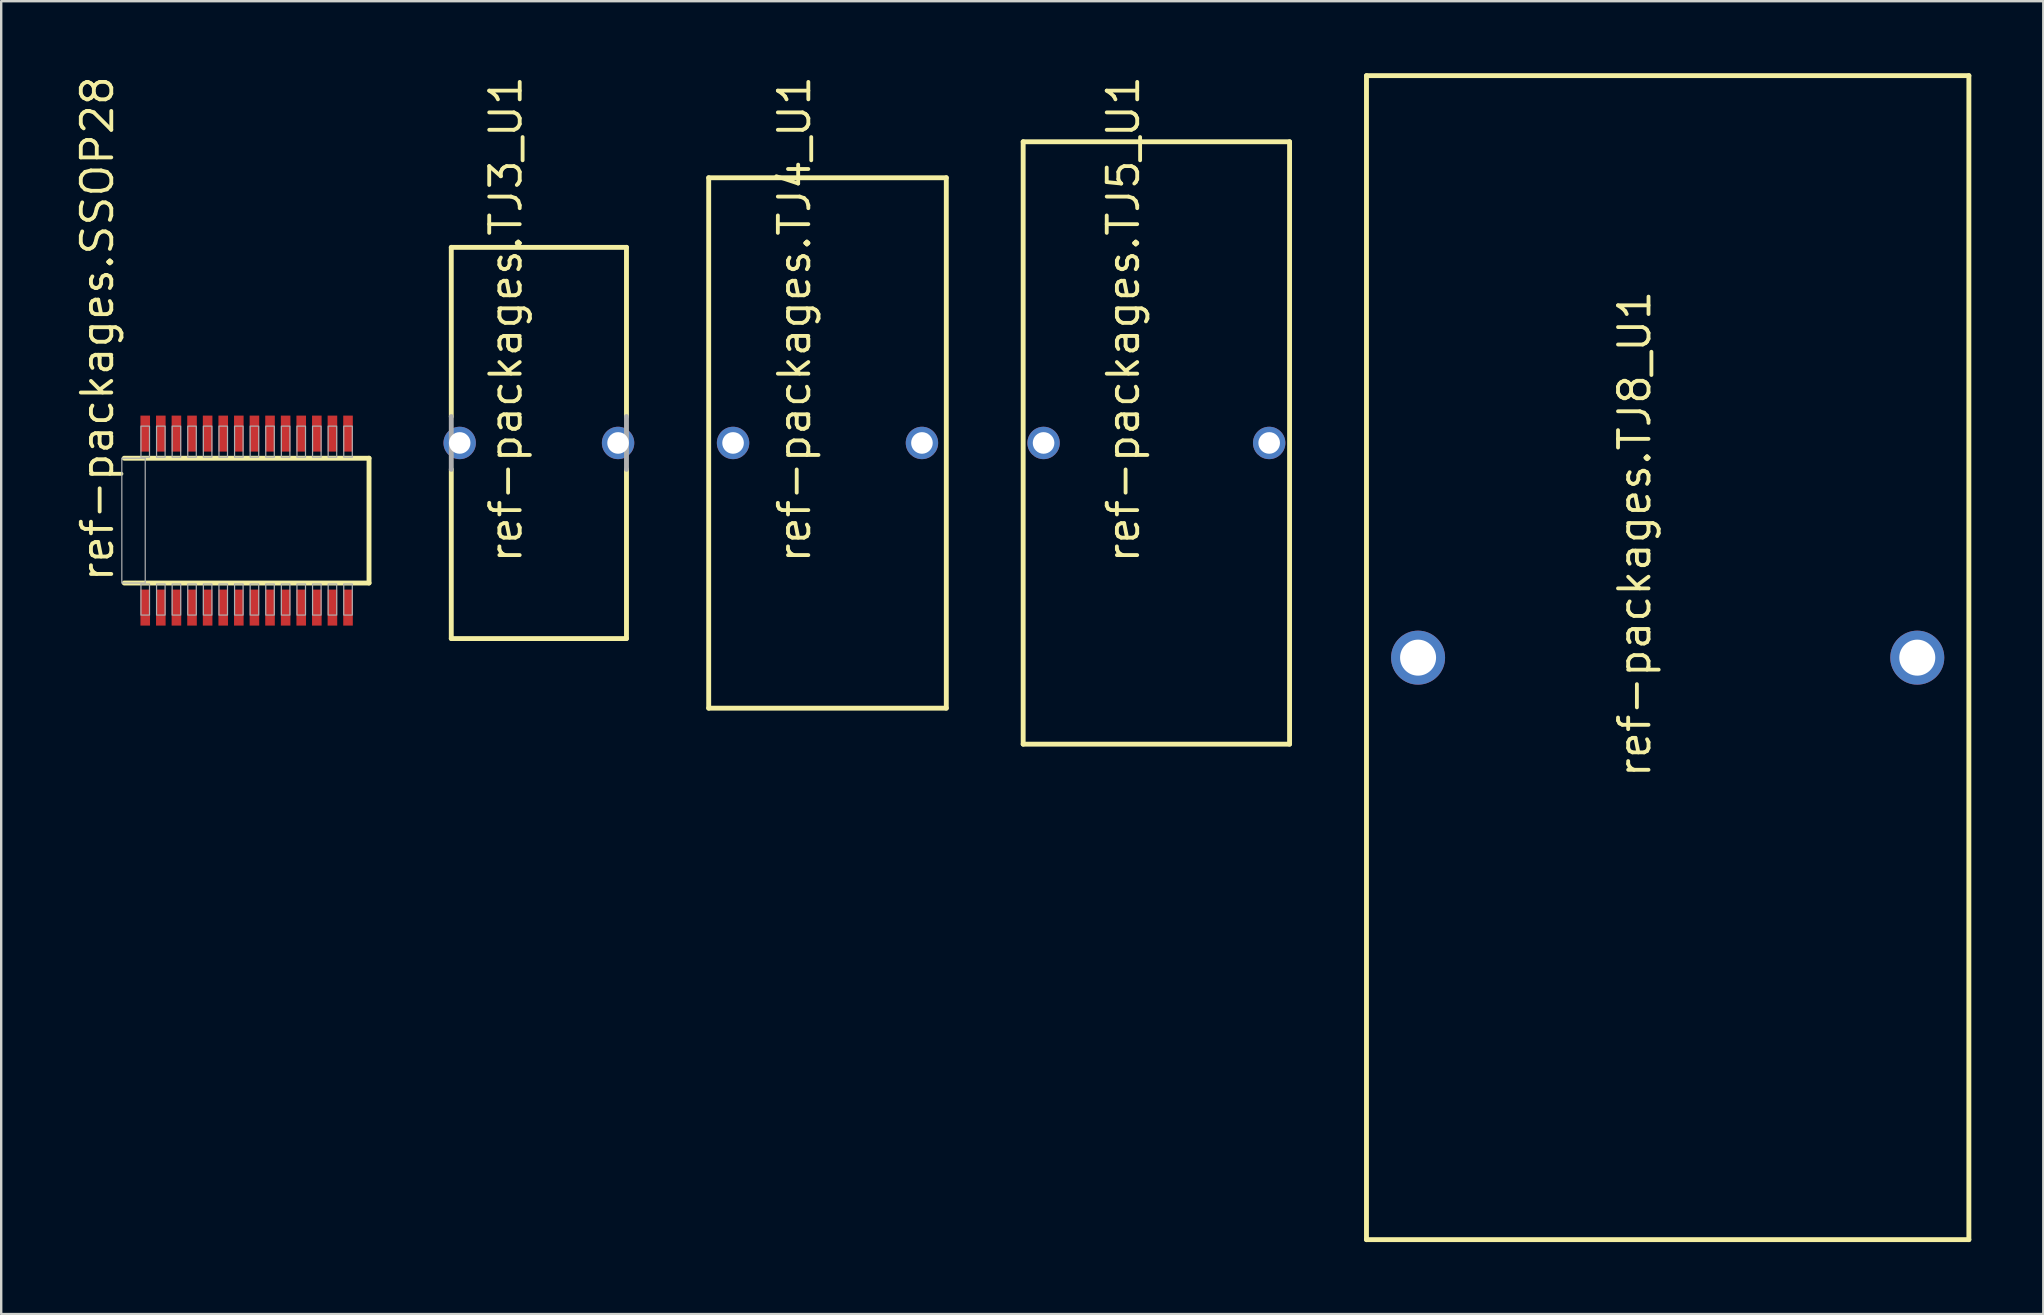
<source format=kicad_pcb>
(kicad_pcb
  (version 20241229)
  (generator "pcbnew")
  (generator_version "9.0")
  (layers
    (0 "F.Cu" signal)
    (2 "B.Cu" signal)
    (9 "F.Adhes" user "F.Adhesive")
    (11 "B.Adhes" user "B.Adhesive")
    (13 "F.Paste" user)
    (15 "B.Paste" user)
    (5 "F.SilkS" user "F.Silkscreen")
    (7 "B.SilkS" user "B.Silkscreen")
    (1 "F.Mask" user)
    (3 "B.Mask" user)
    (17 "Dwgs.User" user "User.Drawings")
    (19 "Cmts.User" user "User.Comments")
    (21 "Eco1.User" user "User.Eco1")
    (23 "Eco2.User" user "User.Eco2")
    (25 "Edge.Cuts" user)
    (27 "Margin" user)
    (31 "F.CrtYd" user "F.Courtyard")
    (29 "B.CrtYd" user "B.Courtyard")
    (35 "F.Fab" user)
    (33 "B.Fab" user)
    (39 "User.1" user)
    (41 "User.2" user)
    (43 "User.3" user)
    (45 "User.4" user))
  (footprint "ref-packages.TJ4_U1"
    (layer "F.Cu")
    (at 31.429 15.406)
    (property "Reference" "ref-packages.TJ4_U1" (at -0.635 5.08 90) (layer "F.SilkS") (effects (font (size 1.27 1.27) (thickness 0.16)) (justify left bottom)))
    (attr through_hole)
    (fp_line (start -4.95 -11.05) (end 4.95 -11.05) (stroke (width 0.203) (type default)) (layer "F.SilkS"))
    (fp_line (start -4.95 11.05) (end -4.95 -11.05) (stroke (width 0.203) (type default)) (layer "F.SilkS"))
    (fp_line (start 4.95 -11.05) (end 4.95 11.05) (stroke (width 0.203) (type default)) (layer "F.SilkS"))
    (fp_line (start 4.95 11.05) (end -4.95 11.05) (stroke (width 0.203) (type default)) (layer "F.SilkS"))
    (pad "1" thru_hole circle (at -3.935 0) (size 1.35 1.35) (drill 0.9) (layers "*.Cu" "*.Mask"))
    (pad "2" thru_hole circle (at 3.935 0) (size 1.35 1.35) (drill 0.9) (layers "*.Cu" "*.Mask")))
  (footprint "ref-packages.TJ3_U1"
    (layer "F.Cu")
    (at 19.403 15.406)
    (property "Reference" "ref-packages.TJ3_U1" (at -0.635 5.08 90) (layer "F.SilkS") (effects (font (size 1.27 1.27) (thickness 0.16)) (justify left bottom)))
    (attr through_hole)
    (fp_line (start -3.65 -8.15) (end 3.65 -8.15) (stroke (width 0.203) (type default)) (layer "F.SilkS"))
    (fp_line (start -3.65 -1.1) (end -3.65 -8.15) (stroke (width 0.203) (type default)) (layer "F.SilkS"))
    (fp_line (start -3.65 8.15) (end -3.65 1.1) (stroke (width 0.203) (type default)) (layer "F.SilkS"))
    (fp_line (start 3.65 -8.15) (end 3.65 -1.1) (stroke (width 0.203) (type default)) (layer "F.SilkS"))
    (fp_line (start 3.65 1.1) (end 3.65 8.15) (stroke (width 0.203) (type default)) (layer "F.SilkS"))
    (fp_line (start 3.65 8.15) (end -3.65 8.15) (stroke (width 0.203) (type default)) (layer "F.SilkS"))
    (fp_line (start -3.65 1.1) (end -3.65 -1.1) (stroke (width 0.203) (type default)) (layer "F.Fab"))
    (fp_line (start 3.65 -1.1) (end 3.65 1.1) (stroke (width 0.203) (type default)) (layer "F.Fab"))
    (pad "1" thru_hole circle (at -3.3 0) (size 1.35 1.35) (drill 0.9) (layers "*.Cu" "*.Mask"))
    (pad "2" thru_hole circle (at 3.3 0) (size 1.35 1.35) (drill 0.9) (layers "*.Cu" "*.Mask")))
  (footprint "ref-packages.TJ8_U1"
    (layer "F.Cu")
    (at 66.436 24.352)
    (property "Reference" "ref-packages.TJ8_U1" (at -0.635 5.08 90) (layer "F.SilkS") (effects (font (size 1.27 1.27) (thickness 0.16)) (justify left bottom)))
    (attr through_hole)
    (fp_line (start -12.55 -24.25) (end 12.55 -24.25) (stroke (width 0.203) (type default)) (layer "F.SilkS"))
    (fp_line (start -12.55 24.25) (end -12.55 -24.25) (stroke (width 0.203) (type default)) (layer "F.SilkS"))
    (fp_line (start 12.55 -24.25) (end 12.55 24.25) (stroke (width 0.203) (type default)) (layer "F.SilkS"))
    (fp_line (start 12.55 24.25) (end -12.55 24.25) (stroke (width 0.203) (type default)) (layer "F.SilkS"))
    (pad "1" thru_hole circle (at -10.4 0) (size 2.25 2.25) (drill 1.5) (layers "*.Cu" "*.Mask"))
    (pad "2" thru_hole circle (at 10.4 0) (size 2.25 2.25) (drill 1.5) (layers "*.Cu" "*.Mask")))
  (footprint "ref-packages.SSOP28"
    (layer "F.Cu")
    (at 7.226 18.642)
    (property "Reference" "ref-packages.SSOP28" (at -5.476 2.63 90) (layer "F.SilkS") (effects (font (size 1.27 1.27) (thickness 0.16)) (justify left bottom)))
    (attr smd)
    (fp_line (start -5.1 2.6) (end 5.1 2.6) (stroke (width 0.203) (type default)) (layer "F.SilkS"))
    (fp_line (start 5.1 -2.6) (end -5.1 -2.6) (stroke (width 0.203) (type default)) (layer "F.SilkS"))
    (fp_line (start 5.1 2.6) (end 5.1 -2.6) (stroke (width 0.203) (type default)) (layer "F.SilkS"))
    (fp_rect (start -5.2 2.6) (end -4.225 -2.6) (stroke (width 0.05) (type default)) (fill no) (layer "F.Fab"))
    (fp_rect (start -4.403 -2.642) (end -4.047 -3.937) (stroke (width 0.05) (type default)) (fill no) (layer "F.Fab"))
    (fp_rect (start -4.403 3.937) (end -4.047 2.642) (stroke (width 0.05) (type default)) (fill no) (layer "F.Fab"))
    (fp_rect (start -3.753 -2.642) (end -3.397 -3.937) (stroke (width 0.05) (type default)) (fill no) (layer "F.Fab"))
    (fp_rect (start -3.753 3.937) (end -3.397 2.642) (stroke (width 0.05) (type default)) (fill no) (layer "F.Fab"))
    (fp_rect (start -3.103 -2.642) (end -2.747 -3.937) (stroke (width 0.05) (type default)) (fill no) (layer "F.Fab"))
    (fp_rect (start -3.103 3.937) (end -2.747 2.642) (stroke (width 0.05) (type default)) (fill no) (layer "F.Fab"))
    (fp_rect (start -2.453 -2.642) (end -2.097 -3.937) (stroke (width 0.05) (type default)) (fill no) (layer "F.Fab"))
    (fp_rect (start -2.453 3.937) (end -2.097 2.642) (stroke (width 0.05) (type default)) (fill no) (layer "F.Fab"))
    (fp_rect (start -1.803 -2.642) (end -1.447 -3.937) (stroke (width 0.05) (type default)) (fill no) (layer "F.Fab"))
    (fp_rect (start -1.803 3.937) (end -1.447 2.642) (stroke (width 0.05) (type default)) (fill no) (layer "F.Fab"))
    (fp_rect (start -1.153 -2.642) (end -0.797 -3.937) (stroke (width 0.05) (type default)) (fill no) (layer "F.Fab"))
    (fp_rect (start -1.153 3.937) (end -0.797 2.642) (stroke (width 0.05) (type default)) (fill no) (layer "F.Fab"))
    (fp_rect (start -0.503 -2.642) (end -0.147 -3.937) (stroke (width 0.05) (type default)) (fill no) (layer "F.Fab"))
    (fp_rect (start -0.503 3.937) (end -0.147 2.642) (stroke (width 0.05) (type default)) (fill no) (layer "F.Fab"))
    (fp_rect (start 0.147 -2.642) (end 0.503 -3.937) (stroke (width 0.05) (type default)) (fill no) (layer "F.Fab"))
    (fp_rect (start 0.147 3.937) (end 0.503 2.642) (stroke (width 0.05) (type default)) (fill no) (layer "F.Fab"))
    (fp_rect (start 0.797 -2.642) (end 1.153 -3.937) (stroke (width 0.05) (type default)) (fill no) (layer "F.Fab"))
    (fp_rect (start 0.797 3.937) (end 1.153 2.642) (stroke (width 0.05) (type default)) (fill no) (layer "F.Fab"))
    (fp_rect (start 1.447 -2.642) (end 1.803 -3.937) (stroke (width 0.05) (type default)) (fill no) (layer "F.Fab"))
    (fp_rect (start 1.447 3.937) (end 1.803 2.642) (stroke (width 0.05) (type default)) (fill no) (layer "F.Fab"))
    (fp_rect (start 2.097 -2.642) (end 2.453 -3.937) (stroke (width 0.05) (type default)) (fill no) (layer "F.Fab"))
    (fp_rect (start 2.097 3.937) (end 2.453 2.642) (stroke (width 0.05) (type default)) (fill no) (layer "F.Fab"))
    (fp_rect (start 2.747 -2.642) (end 3.103 -3.937) (stroke (width 0.05) (type default)) (fill no) (layer "F.Fab"))
    (fp_rect (start 2.747 3.937) (end 3.103 2.642) (stroke (width 0.05) (type default)) (fill no) (layer "F.Fab"))
    (fp_rect (start 3.397 -2.642) (end 3.753 -3.937) (stroke (width 0.05) (type default)) (fill no) (layer "F.Fab"))
    (fp_rect (start 3.397 3.937) (end 3.753 2.642) (stroke (width 0.05) (type default)) (fill no) (layer "F.Fab"))
    (fp_rect (start 4.047 -2.642) (end 4.403 -3.937) (stroke (width 0.05) (type default)) (fill no) (layer "F.Fab"))
    (fp_rect (start 4.047 3.937) (end 4.403 2.642) (stroke (width 0.05) (type default)) (fill no) (layer "F.Fab"))
    (pad "1" smd roundrect (at -4.225 3.625) (size 0.4 1.5) (layers "F.Cu" "F.Mask" "F.Paste") (roundrect_rratio 0.01))
    (pad "2" smd roundrect (at -3.575 3.625) (size 0.4 1.5) (layers "F.Cu" "F.Mask" "F.Paste") (roundrect_rratio 0.01))
    (pad "3" smd roundrect (at -2.925 3.625) (size 0.4 1.5) (layers "F.Cu" "F.Mask" "F.Paste") (roundrect_rratio 0.01))
    (pad "4" smd roundrect (at -2.275 3.625) (size 0.4 1.5) (layers "F.Cu" "F.Mask" "F.Paste") (roundrect_rratio 0.01))
    (pad "5" smd roundrect (at -1.625 3.625) (size 0.4 1.5) (layers "F.Cu" "F.Mask" "F.Paste") (roundrect_rratio 0.01))
    (pad "6" smd roundrect (at -0.975 3.625) (size 0.4 1.5) (layers "F.Cu" "F.Mask" "F.Paste") (roundrect_rratio 0.01))
    (pad "7" smd roundrect (at -0.325 3.625) (size 0.4 1.5) (layers "F.Cu" "F.Mask" "F.Paste") (roundrect_rratio 0.01))
    (pad "8" smd roundrect (at 0.325 3.625) (size 0.4 1.5) (layers "F.Cu" "F.Mask" "F.Paste") (roundrect_rratio 0.01))
    (pad "9" smd roundrect (at 0.975 3.625) (size 0.4 1.5) (layers "F.Cu" "F.Mask" "F.Paste") (roundrect_rratio 0.01))
    (pad "10" smd roundrect (at 1.625 3.625) (size 0.4 1.5) (layers "F.Cu" "F.Mask" "F.Paste") (roundrect_rratio 0.01))
    (pad "11" smd roundrect (at 2.275 3.625) (size 0.4 1.5) (layers "F.Cu" "F.Mask" "F.Paste") (roundrect_rratio 0.01))
    (pad "12" smd roundrect (at 2.925 3.625) (size 0.4 1.5) (layers "F.Cu" "F.Mask" "F.Paste") (roundrect_rratio 0.01))
    (pad "13" smd roundrect (at 3.575 3.625) (size 0.4 1.5) (layers "F.Cu" "F.Mask" "F.Paste") (roundrect_rratio 0.01))
    (pad "14" smd roundrect (at 4.225 3.625) (size 0.4 1.5) (layers "F.Cu" "F.Mask" "F.Paste") (roundrect_rratio 0.01))
    (pad "15" smd roundrect (at 4.225 -3.625) (size 0.4 1.5) (layers "F.Cu" "F.Mask" "F.Paste") (roundrect_rratio 0.01))
    (pad "16" smd roundrect (at 3.575 -3.625) (size 0.4 1.5) (layers "F.Cu" "F.Mask" "F.Paste") (roundrect_rratio 0.01))
    (pad "17" smd roundrect (at 2.925 -3.625) (size 0.4 1.5) (layers "F.Cu" "F.Mask" "F.Paste") (roundrect_rratio 0.01))
    (pad "18" smd roundrect (at 2.275 -3.625) (size 0.4 1.5) (layers "F.Cu" "F.Mask" "F.Paste") (roundrect_rratio 0.01))
    (pad "19" smd roundrect (at 1.625 -3.625) (size 0.4 1.5) (layers "F.Cu" "F.Mask" "F.Paste") (roundrect_rratio 0.01))
    (pad "20" smd roundrect (at 0.975 -3.625) (size 0.4 1.5) (layers "F.Cu" "F.Mask" "F.Paste") (roundrect_rratio 0.01))
    (pad "21" smd roundrect (at 0.325 -3.625) (size 0.4 1.5) (layers "F.Cu" "F.Mask" "F.Paste") (roundrect_rratio 0.01))
    (pad "22" smd roundrect (at -0.325 -3.625) (size 0.4 1.5) (layers "F.Cu" "F.Mask" "F.Paste") (roundrect_rratio 0.01))
    (pad "23" smd roundrect (at -0.975 -3.625) (size 0.4 1.5) (layers "F.Cu" "F.Mask" "F.Paste") (roundrect_rratio 0.01))
    (pad "24" smd roundrect (at -1.625 -3.625) (size 0.4 1.5) (layers "F.Cu" "F.Mask" "F.Paste") (roundrect_rratio 0.01))
    (pad "25" smd roundrect (at -2.275 -3.625) (size 0.4 1.5) (layers "F.Cu" "F.Mask" "F.Paste") (roundrect_rratio 0.01))
    (pad "26" smd roundrect (at -2.925 -3.625) (size 0.4 1.5) (layers "F.Cu" "F.Mask" "F.Paste") (roundrect_rratio 0.01))
    (pad "27" smd roundrect (at -3.575 -3.625) (size 0.4 1.5) (layers "F.Cu" "F.Mask" "F.Paste") (roundrect_rratio 0.01))
    (pad "28" smd roundrect (at -4.225 -3.625) (size 0.4 1.5) (layers "F.Cu" "F.Mask" "F.Paste") (roundrect_rratio 0.01)))
  (footprint "ref-packages.TJ5_U1"
    (layer "F.Cu")
    (at 45.132 15.406)
    (property "Reference" "ref-packages.TJ5_U1" (at -0.635 5.08 90) (layer "F.SilkS") (effects (font (size 1.27 1.27) (thickness 0.16)) (justify left bottom)))
    (attr through_hole)
    (fp_line (start -5.55 -12.55) (end 5.55 -12.55) (stroke (width 0.203) (type default)) (layer "F.SilkS"))
    (fp_line (start -5.55 12.55) (end -5.55 -12.55) (stroke (width 0.203) (type default)) (layer "F.SilkS"))
    (fp_line (start 5.55 -12.55) (end 5.55 12.55) (stroke (width 0.203) (type default)) (layer "F.SilkS"))
    (fp_line (start 5.55 12.55) (end -5.55 12.55) (stroke (width 0.203) (type default)) (layer "F.SilkS"))
    (pad "1" thru_hole circle (at -4.7 0) (size 1.35 1.35) (drill 0.9) (layers "*.Cu" "*.Mask"))
    (pad "2" thru_hole circle (at 4.7 0) (size 1.35 1.35) (drill 0.9) (layers "*.Cu" "*.Mask")))
  (gr_rect
    (start -3 -3)
    (end 82.087 51.703)
    (stroke (width 0.1) (type default))
    (fill no)
    (layer "Edge.Cuts")))
</source>
